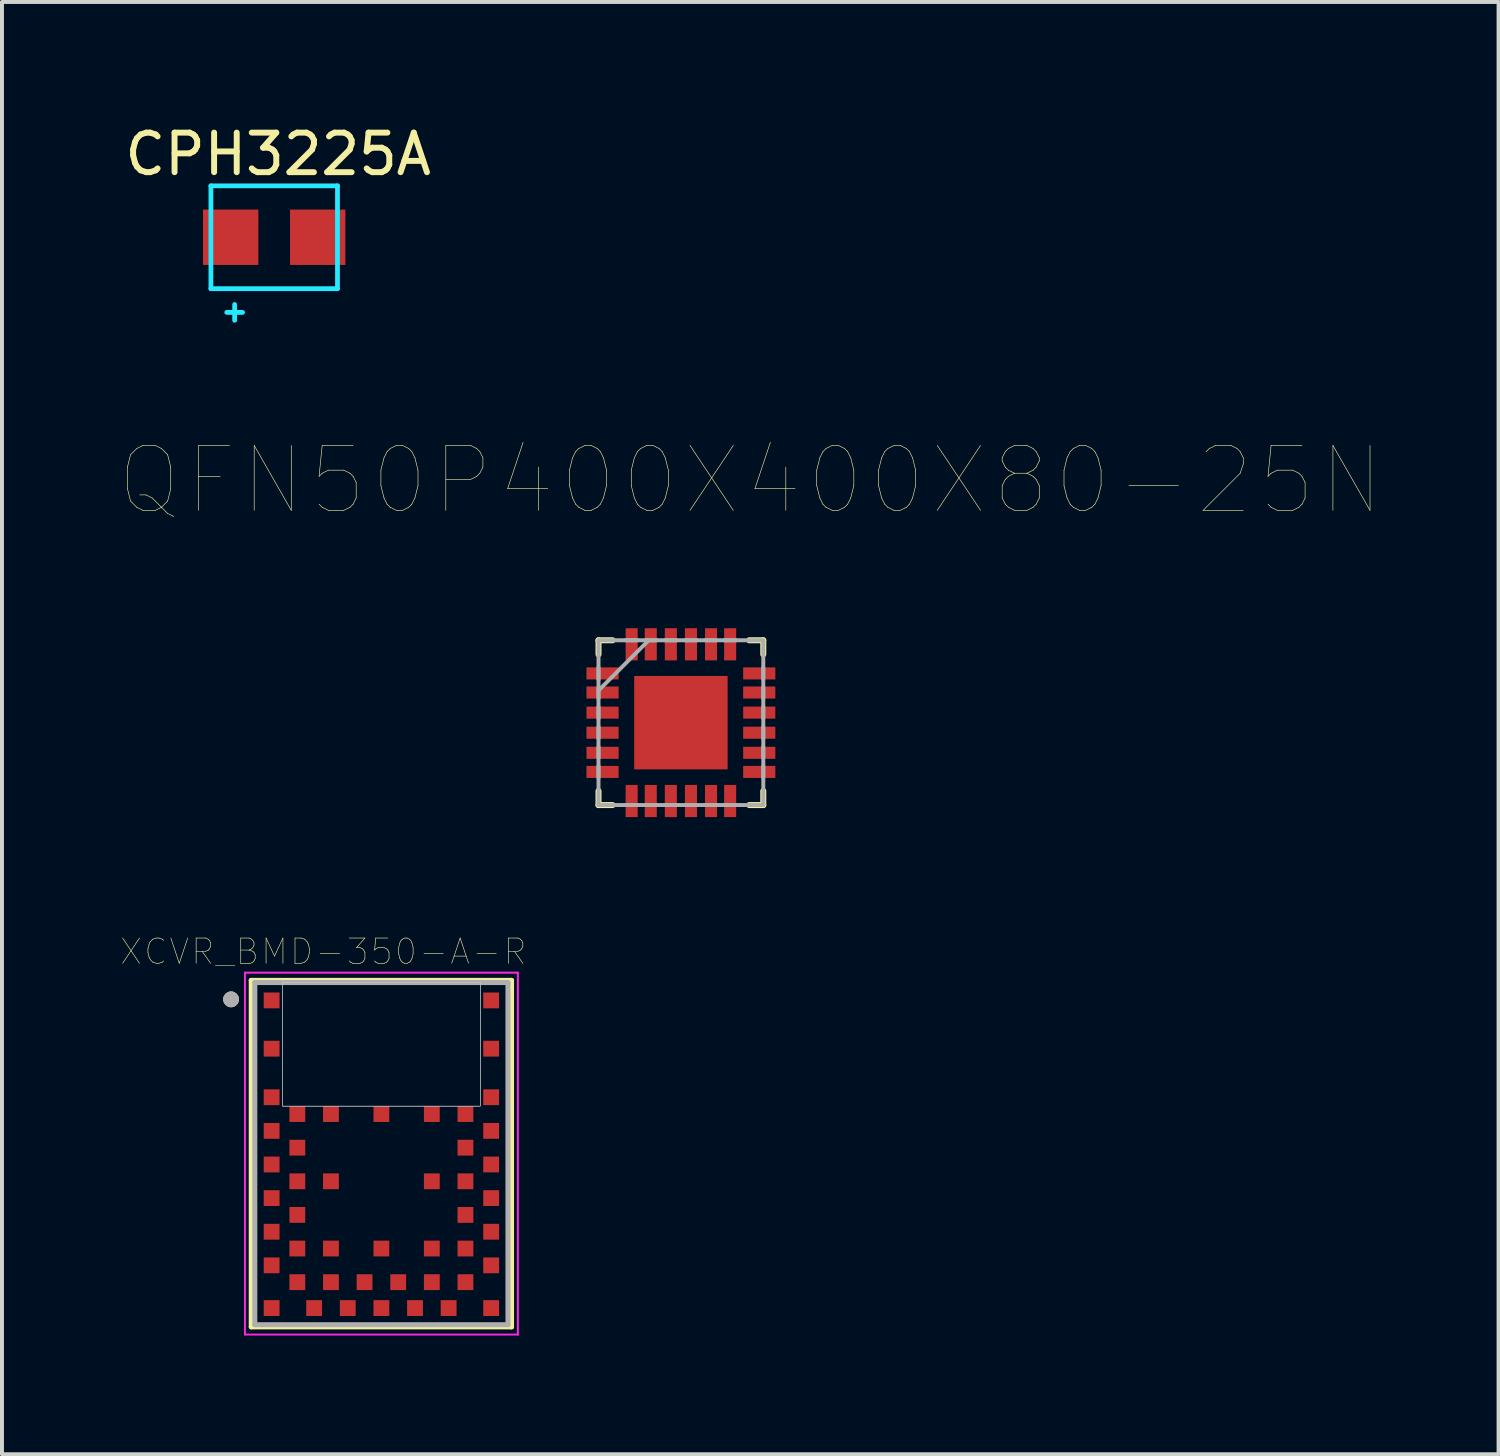
<source format=kicad_pcb>
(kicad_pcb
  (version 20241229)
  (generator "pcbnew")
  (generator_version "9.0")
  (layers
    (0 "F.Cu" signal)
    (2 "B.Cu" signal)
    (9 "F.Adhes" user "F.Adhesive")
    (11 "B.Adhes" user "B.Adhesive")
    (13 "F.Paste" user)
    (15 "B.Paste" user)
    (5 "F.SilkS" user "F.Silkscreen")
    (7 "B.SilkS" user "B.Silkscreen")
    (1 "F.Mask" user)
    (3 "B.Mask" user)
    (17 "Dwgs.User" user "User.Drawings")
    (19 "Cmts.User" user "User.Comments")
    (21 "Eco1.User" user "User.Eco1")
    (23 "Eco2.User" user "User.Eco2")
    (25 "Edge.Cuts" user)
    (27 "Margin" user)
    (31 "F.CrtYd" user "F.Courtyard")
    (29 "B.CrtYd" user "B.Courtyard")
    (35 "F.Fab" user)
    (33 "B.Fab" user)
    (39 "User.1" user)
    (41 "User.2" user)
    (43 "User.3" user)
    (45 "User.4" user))
  (footprint "CPH3225A"
    (layer "F.Cu")
    (at 3.882 2.948)
    (property "Reference" "CPH3225A" (at 0.1 -2.1 0) (layer "F.SilkS") (effects (font (size 1 1) (thickness 0.15))))
    (attr through_hole)
    (fp_line (start -1.6 -1.3) (end 1.6 -1.3) (stroke (width 0.12) (type solid)) (layer "B.CrtYd"))
    (fp_line (start -1.6 1.3) (end -1.6 -1.3) (stroke (width 0.12) (type solid)) (layer "B.CrtYd"))
    (fp_line (start -1.2 1.9) (end -0.8 1.9) (stroke (width 0.12) (type solid)) (layer "B.CrtYd"))
    (fp_line (start -1 1.7) (end -1 2.1) (stroke (width 0.12) (type solid)) (layer "B.CrtYd"))
    (fp_line (start 1.6 -1.3) (end 1.6 1.3) (stroke (width 0.12) (type solid)) (layer "B.CrtYd"))
    (fp_line (start 1.6 1.3) (end -1.6 1.3) (stroke (width 0.12) (type solid)) (layer "B.CrtYd"))
    (pad "1" smd rect (at -1.1 0) (size 1.4 1.4) (layers "F.Cu" "F.Mask" "F.Paste"))
    (pad "2" smd rect (at 1.1 0) (size 1.4 1.4) (layers "F.Cu" "F.Mask" "F.Paste")))
  (footprint "XCVR_BMD-350-A-R"
    (layer "F.Cu")
    (at 6.592 26.115)
    (property "Reference" "XCVR_BMD-350-A-R" (at -1.468 -5.106 0) (layer "F.SilkS") (effects (font (size 0.64 0.64) (thickness 0.015))))
    (attr through_hole)
    (fp_line (start -3.29 -4.38) (end -3.29 4.38) (stroke (width 0.127) (type solid)) (layer "F.SilkS"))
    (fp_line (start -3.29 4.38) (end 3.29 4.38) (stroke (width 0.127) (type solid)) (layer "F.SilkS"))
    (fp_line (start 3.29 -4.38) (end -3.29 -4.38) (stroke (width 0.127) (type solid)) (layer "F.SilkS"))
    (fp_line (start 3.29 4.38) (end 3.29 -4.38) (stroke (width 0.127) (type solid)) (layer "F.SilkS"))
    (fp_circle (center -3.8 -3.9) (end -3.7 -3.9) (stroke (width 0.2) (type solid)) (fill no) (layer "F.SilkS"))
    (fp_poly (pts (xy -2.5 -4.325) (xy 2.5 -4.325) (xy 2.5 -1.2) (xy -2.5 -1.2)) (stroke (width 0.01) (type solid)) (fill no) (layer "Dwgs.User"))
    (fp_poly (pts (xy -2.5 -4.325) (xy 2.5 -4.325) (xy 2.5 -1.2) (xy -2.5 -1.2)) (stroke (width 0.01) (type solid)) (fill no) (layer "Dwgs.User"))
    (fp_poly (pts (xy -2.5 -4.325) (xy 2.5 -4.325) (xy 2.5 -1.2) (xy -2.5 -1.2)) (stroke (width 0.01) (type solid)) (fill no) (layer "Dwgs.User"))
    (fp_line (start -3.45 -4.575) (end 3.45 -4.575) (stroke (width 0.05) (type solid)) (layer "F.CrtYd"))
    (fp_line (start -3.45 4.575) (end -3.45 -4.575) (stroke (width 0.05) (type solid)) (layer "F.CrtYd"))
    (fp_line (start 3.45 -4.575) (end 3.45 4.575) (stroke (width 0.05) (type solid)) (layer "F.CrtYd"))
    (fp_line (start 3.45 4.575) (end -3.45 4.575) (stroke (width 0.05) (type solid)) (layer "F.CrtYd"))
    (fp_line (start -3.2 -4.325) (end -3.2 4.325) (stroke (width 0.127) (type solid)) (layer "F.Fab"))
    (fp_line (start -3.2 4.325) (end 3.2 4.325) (stroke (width 0.127) (type solid)) (layer "F.Fab"))
    (fp_line (start 3.2 -4.325) (end -3.2 -4.325) (stroke (width 0.127) (type solid)) (layer "F.Fab"))
    (fp_line (start 3.2 4.325) (end 3.2 -4.325) (stroke (width 0.127) (type solid)) (layer "F.Fab"))
    (fp_circle (center -3.8 -3.9) (end -3.7 -3.9) (stroke (width 0.2) (type solid)) (fill no) (layer "F.Fab"))
    (pad "1" smd rect (at -2.775 -3.873) (size 0.4 0.4) (layers "F.Cu" "F.Mask" "F.Paste"))
    (pad "2" smd rect (at -2.775 -2.653) (size 0.4 0.4) (layers "F.Cu" "F.Mask" "F.Paste"))
    (pad "3" smd rect (at -2.775 -1.425) (size 0.4 0.4) (layers "F.Cu" "F.Mask" "F.Paste"))
    (pad "4" smd rect (at -2.125 -1) (size 0.4 0.4) (layers "F.Cu" "F.Mask" "F.Paste"))
    (pad "5" smd rect (at -2.775 -0.575) (size 0.4 0.4) (layers "F.Cu" "F.Mask" "F.Paste"))
    (pad "6" smd rect (at -2.125 -0.15) (size 0.4 0.4) (layers "F.Cu" "F.Mask" "F.Paste"))
    (pad "7" smd rect (at -2.775 0.275) (size 0.4 0.4) (layers "F.Cu" "F.Mask" "F.Paste"))
    (pad "8" smd rect (at -2.125 0.7) (size 0.4 0.4) (layers "F.Cu" "F.Mask" "F.Paste"))
    (pad "9" smd rect (at -2.775 1.125) (size 0.4 0.4) (layers "F.Cu" "F.Mask" "F.Paste"))
    (pad "10" smd rect (at -2.125 1.55) (size 0.4 0.4) (layers "F.Cu" "F.Mask" "F.Paste"))
    (pad "11" smd rect (at -2.775 1.975) (size 0.4 0.4) (layers "F.Cu" "F.Mask" "F.Paste"))
    (pad "12" smd rect (at -2.125 2.4) (size 0.4 0.4) (layers "F.Cu" "F.Mask" "F.Paste"))
    (pad "13" smd rect (at -2.775 2.825) (size 0.4 0.4) (layers "F.Cu" "F.Mask" "F.Paste"))
    (pad "14" smd rect (at -2.125 3.25) (size 0.4 0.4) (layers "F.Cu" "F.Mask" "F.Paste"))
    (pad "15" smd rect (at -2.775 3.905) (size 0.4 0.4) (layers "F.Cu" "F.Mask" "F.Paste"))
    (pad "16" smd rect (at -1.7 3.905) (size 0.4 0.4) (layers "F.Cu" "F.Mask" "F.Paste"))
    (pad "17" smd rect (at -1.275 3.25) (size 0.4 0.4) (layers "F.Cu" "F.Mask" "F.Paste"))
    (pad "18" smd rect (at -0.85 3.905) (size 0.4 0.4) (layers "F.Cu" "F.Mask" "F.Paste"))
    (pad "19" smd rect (at -0.425 3.25) (size 0.4 0.4) (layers "F.Cu" "F.Mask" "F.Paste"))
    (pad "20" smd rect (at 0 3.905) (size 0.4 0.4) (layers "F.Cu" "F.Mask" "F.Paste"))
    (pad "21" smd rect (at 0.425 3.25) (size 0.4 0.4) (layers "F.Cu" "F.Mask" "F.Paste"))
    (pad "22" smd rect (at 0.85 3.905) (size 0.4 0.4) (layers "F.Cu" "F.Mask" "F.Paste"))
    (pad "23" smd rect (at 1.275 3.25) (size 0.4 0.4) (layers "F.Cu" "F.Mask" "F.Paste"))
    (pad "24" smd rect (at 1.7 3.905) (size 0.4 0.4) (layers "F.Cu" "F.Mask" "F.Paste"))
    (pad "25" smd rect (at 2.125 3.25) (size 0.4 0.4) (layers "F.Cu" "F.Mask" "F.Paste"))
    (pad "26" smd rect (at 2.775 3.905) (size 0.4 0.4) (layers "F.Cu" "F.Mask" "F.Paste"))
    (pad "27" smd rect (at 2.775 2.825) (size 0.4 0.4) (layers "F.Cu" "F.Mask" "F.Paste"))
    (pad "28" smd rect (at 2.125 2.4) (size 0.4 0.4) (layers "F.Cu" "F.Mask" "F.Paste"))
    (pad "29" smd rect (at 2.775 1.975) (size 0.4 0.4) (layers "F.Cu" "F.Mask" "F.Paste"))
    (pad "30" smd rect (at 2.125 1.55) (size 0.4 0.4) (layers "F.Cu" "F.Mask" "F.Paste"))
    (pad "31" smd rect (at 2.775 1.125) (size 0.4 0.4) (layers "F.Cu" "F.Mask" "F.Paste"))
    (pad "32" smd rect (at 2.125 0.7) (size 0.4 0.4) (layers "F.Cu" "F.Mask" "F.Paste"))
    (pad "33" smd rect (at 2.775 0.275) (size 0.4 0.4) (layers "F.Cu" "F.Mask" "F.Paste"))
    (pad "34" smd rect (at 2.125 -0.15) (size 0.4 0.4) (layers "F.Cu" "F.Mask" "F.Paste"))
    (pad "35" smd rect (at 2.775 -0.575) (size 0.4 0.4) (layers "F.Cu" "F.Mask" "F.Paste"))
    (pad "36" smd rect (at 2.125 -1) (size 0.4 0.4) (layers "F.Cu" "F.Mask" "F.Paste"))
    (pad "37" smd rect (at 2.775 -1.425) (size 0.4 0.4) (layers "F.Cu" "F.Mask" "F.Paste"))
    (pad "38" smd rect (at 2.775 -2.653) (size 0.4 0.4) (layers "F.Cu" "F.Mask" "F.Paste"))
    (pad "39" smd rect (at 2.775 -3.873) (size 0.4 0.4) (layers "F.Cu" "F.Mask" "F.Paste"))
    (pad "40" smd rect (at -1.275 -1) (size 0.4 0.4) (layers "F.Cu" "F.Mask" "F.Paste"))
    (pad "41" smd rect (at -1.275 0.7) (size 0.4 0.4) (layers "F.Cu" "F.Mask" "F.Paste"))
    (pad "42" smd rect (at -1.275 2.4) (size 0.4 0.4) (layers "F.Cu" "F.Mask" "F.Paste"))
    (pad "43" smd rect (at 0 2.4) (size 0.4 0.4) (layers "F.Cu" "F.Mask" "F.Paste"))
    (pad "44" smd rect (at 1.275 2.4) (size 0.4 0.4) (layers "F.Cu" "F.Mask" "F.Paste"))
    (pad "45" smd rect (at 1.275 0.7) (size 0.4 0.4) (layers "F.Cu" "F.Mask" "F.Paste"))
    (pad "46" smd rect (at 1.275 -1) (size 0.4 0.4) (layers "F.Cu" "F.Mask" "F.Paste"))
    (pad "47" smd rect (at 0 -1) (size 0.4 0.4) (layers "F.Cu" "F.Mask" "F.Paste")))
  (footprint "QFN50P400X400X80-25N"
    (layer "F.Cu")
    (at 14.164 15.22)
    (property "Reference" "QFN50P400X400X80-25N" (at 1.754 -6.126 0) (layer "F.SilkS") (effects (font (size 1.641 1.641) (thickness 0.015))))
    (attr through_hole)
    (fp_line (start -2.083 -2.083) (end -2.083 -1.727) (stroke (width 0.152) (type solid)) (layer "F.SilkS"))
    (fp_line (start -2.083 1.727) (end -2.083 2.083) (stroke (width 0.152) (type solid)) (layer "F.SilkS"))
    (fp_line (start -2.083 2.083) (end -1.727 2.083) (stroke (width 0.152) (type solid)) (layer "F.SilkS"))
    (fp_line (start -1.727 -2.083) (end -2.083 -2.083) (stroke (width 0.152) (type solid)) (layer "F.SilkS"))
    (fp_line (start 1.727 2.083) (end 2.083 2.083) (stroke (width 0.152) (type solid)) (layer "F.SilkS"))
    (fp_line (start 2.083 -2.083) (end 1.727 -2.083) (stroke (width 0.152) (type solid)) (layer "F.SilkS"))
    (fp_line (start 2.083 -1.727) (end 2.083 -2.083) (stroke (width 0.152) (type solid)) (layer "F.SilkS"))
    (fp_line (start 2.083 2.083) (end 2.083 1.727) (stroke (width 0.152) (type solid)) (layer "F.SilkS"))
    (fp_line (start -2.083 -2.083) (end -2.083 2.083) (stroke (width 0.1) (type solid)) (layer "F.Fab"))
    (fp_line (start -2.083 -1.397) (end -2.083 -1.092) (stroke (width 0.1) (type solid)) (layer "F.Fab"))
    (fp_line (start -2.083 -0.889) (end -2.083 -0.61) (stroke (width 0.1) (type solid)) (layer "F.Fab"))
    (fp_line (start -2.083 -0.813) (end -0.813 -2.083) (stroke (width 0.1) (type solid)) (layer "F.Fab"))
    (fp_line (start -2.083 -0.406) (end -2.083 -0.102) (stroke (width 0.1) (type solid)) (layer "F.Fab"))
    (fp_line (start -2.083 0.102) (end -2.083 0.406) (stroke (width 0.1) (type solid)) (layer "F.Fab"))
    (fp_line (start -2.083 0.61) (end -2.083 0.889) (stroke (width 0.1) (type solid)) (layer "F.Fab"))
    (fp_line (start -2.083 1.092) (end -2.083 1.397) (stroke (width 0.1) (type solid)) (layer "F.Fab"))
    (fp_line (start -2.083 2.083) (end 2.083 2.083) (stroke (width 0.1) (type solid)) (layer "F.Fab"))
    (fp_line (start -1.397 2.083) (end -1.092 2.083) (stroke (width 0.1) (type solid)) (layer "F.Fab"))
    (fp_line (start -1.092 -2.083) (end -1.397 -2.083) (stroke (width 0.1) (type solid)) (layer "F.Fab"))
    (fp_line (start -0.889 2.083) (end -0.61 2.083) (stroke (width 0.1) (type solid)) (layer "F.Fab"))
    (fp_line (start -0.61 -2.083) (end -0.889 -2.083) (stroke (width 0.1) (type solid)) (layer "F.Fab"))
    (fp_line (start -0.406 2.083) (end -0.102 2.083) (stroke (width 0.1) (type solid)) (layer "F.Fab"))
    (fp_line (start -0.102 -2.083) (end -0.406 -2.083) (stroke (width 0.1) (type solid)) (layer "F.Fab"))
    (fp_line (start 0.102 2.083) (end 0.406 2.083) (stroke (width 0.1) (type solid)) (layer "F.Fab"))
    (fp_line (start 0.406 -2.083) (end 0.102 -2.083) (stroke (width 0.1) (type solid)) (layer "F.Fab"))
    (fp_line (start 0.61 2.083) (end 0.889 2.083) (stroke (width 0.1) (type solid)) (layer "F.Fab"))
    (fp_line (start 0.889 -2.083) (end 0.61 -2.083) (stroke (width 0.1) (type solid)) (layer "F.Fab"))
    (fp_line (start 1.092 2.083) (end 1.397 2.083) (stroke (width 0.1) (type solid)) (layer "F.Fab"))
    (fp_line (start 1.397 -2.083) (end 1.092 -2.083) (stroke (width 0.1) (type solid)) (layer "F.Fab"))
    (fp_line (start 2.083 -2.083) (end -2.083 -2.083) (stroke (width 0.1) (type solid)) (layer "F.Fab"))
    (fp_line (start 2.083 -1.092) (end 2.083 -1.397) (stroke (width 0.1) (type solid)) (layer "F.Fab"))
    (fp_line (start 2.083 -0.61) (end 2.083 -0.889) (stroke (width 0.1) (type solid)) (layer "F.Fab"))
    (fp_line (start 2.083 -0.102) (end 2.083 -0.406) (stroke (width 0.1) (type solid)) (layer "F.Fab"))
    (fp_line (start 2.083 0.406) (end 2.083 0.102) (stroke (width 0.1) (type solid)) (layer "F.Fab"))
    (fp_line (start 2.083 0.889) (end 2.083 0.61) (stroke (width 0.1) (type solid)) (layer "F.Fab"))
    (fp_line (start 2.083 1.397) (end 2.083 1.092) (stroke (width 0.1) (type solid)) (layer "F.Fab"))
    (fp_line (start 2.083 2.083) (end 2.083 -2.083) (stroke (width 0.1) (type solid)) (layer "F.Fab"))
    (pad "1" smd rect (at -1.981 -1.245) (size 0.813 0.305) (layers "F.Cu" "F.Mask" "F.Paste"))
    (pad "2" smd rect (at -1.981 -0.762) (size 0.813 0.305) (layers "F.Cu" "F.Mask" "F.Paste"))
    (pad "3" smd rect (at -1.981 -0.254) (size 0.813 0.305) (layers "F.Cu" "F.Mask" "F.Paste"))
    (pad "4" smd rect (at -1.981 0.254) (size 0.813 0.305) (layers "F.Cu" "F.Mask" "F.Paste"))
    (pad "5" smd rect (at -1.981 0.762) (size 0.813 0.305) (layers "F.Cu" "F.Mask" "F.Paste"))
    (pad "6" smd rect (at -1.981 1.245) (size 0.813 0.305) (layers "F.Cu" "F.Mask" "F.Paste"))
    (pad "7" smd rect (at -1.245 1.981) (size 0.305 0.813) (layers "F.Cu" "F.Mask" "F.Paste"))
    (pad "8" smd rect (at -0.762 1.981) (size 0.305 0.813) (layers "F.Cu" "F.Mask" "F.Paste"))
    (pad "9" smd rect (at -0.254 1.981) (size 0.305 0.813) (layers "F.Cu" "F.Mask" "F.Paste"))
    (pad "10" smd rect (at 0.254 1.981) (size 0.305 0.813) (layers "F.Cu" "F.Mask" "F.Paste"))
    (pad "11" smd rect (at 0.762 1.981) (size 0.305 0.813) (layers "F.Cu" "F.Mask" "F.Paste"))
    (pad "12" smd rect (at 1.245 1.981) (size 0.305 0.813) (layers "F.Cu" "F.Mask" "F.Paste"))
    (pad "13" smd rect (at 1.981 1.245) (size 0.813 0.305) (layers "F.Cu" "F.Mask" "F.Paste"))
    (pad "14" smd rect (at 1.981 0.762) (size 0.813 0.305) (layers "F.Cu" "F.Mask" "F.Paste"))
    (pad "15" smd rect (at 1.981 0.254) (size 0.813 0.305) (layers "F.Cu" "F.Mask" "F.Paste"))
    (pad "16" smd rect (at 1.981 -0.254) (size 0.813 0.305) (layers "F.Cu" "F.Mask" "F.Paste"))
    (pad "17" smd rect (at 1.981 -0.762) (size 0.813 0.305) (layers "F.Cu" "F.Mask" "F.Paste"))
    (pad "18" smd rect (at 1.981 -1.245) (size 0.813 0.305) (layers "F.Cu" "F.Mask" "F.Paste"))
    (pad "19" smd rect (at 1.245 -1.981) (size 0.305 0.813) (layers "F.Cu" "F.Mask" "F.Paste"))
    (pad "20" smd rect (at 0.762 -1.981) (size 0.305 0.813) (layers "F.Cu" "F.Mask" "F.Paste"))
    (pad "21" smd rect (at 0.254 -1.981) (size 0.305 0.813) (layers "F.Cu" "F.Mask" "F.Paste"))
    (pad "22" smd rect (at -0.254 -1.981) (size 0.305 0.813) (layers "F.Cu" "F.Mask" "F.Paste"))
    (pad "23" smd rect (at -0.762 -1.981) (size 0.305 0.813) (layers "F.Cu" "F.Mask" "F.Paste"))
    (pad "24" smd rect (at -1.245 -1.981) (size 0.305 0.813) (layers "F.Cu" "F.Mask" "F.Paste"))
    (pad "25" smd rect (at 0 0) (size 2.362 2.362) (layers "F.Cu" "F.Mask" "F.Paste")))
  (gr_rect
    (start -3 -3)
    (end 34.836 33.715)
    (stroke (width 0.1) (type default))
    (fill no)
    (layer "Edge.Cuts")))
</source>
